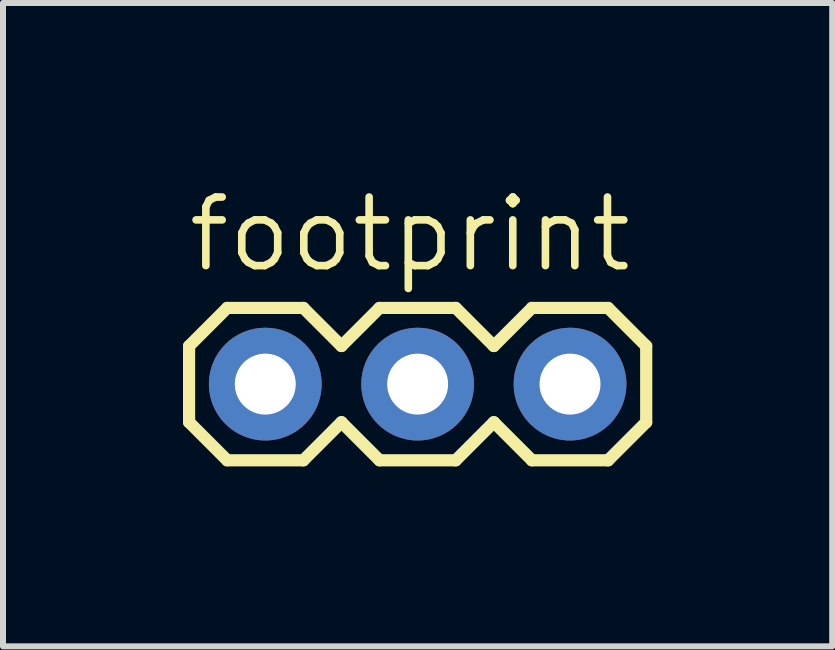
<source format=kicad_pcb>
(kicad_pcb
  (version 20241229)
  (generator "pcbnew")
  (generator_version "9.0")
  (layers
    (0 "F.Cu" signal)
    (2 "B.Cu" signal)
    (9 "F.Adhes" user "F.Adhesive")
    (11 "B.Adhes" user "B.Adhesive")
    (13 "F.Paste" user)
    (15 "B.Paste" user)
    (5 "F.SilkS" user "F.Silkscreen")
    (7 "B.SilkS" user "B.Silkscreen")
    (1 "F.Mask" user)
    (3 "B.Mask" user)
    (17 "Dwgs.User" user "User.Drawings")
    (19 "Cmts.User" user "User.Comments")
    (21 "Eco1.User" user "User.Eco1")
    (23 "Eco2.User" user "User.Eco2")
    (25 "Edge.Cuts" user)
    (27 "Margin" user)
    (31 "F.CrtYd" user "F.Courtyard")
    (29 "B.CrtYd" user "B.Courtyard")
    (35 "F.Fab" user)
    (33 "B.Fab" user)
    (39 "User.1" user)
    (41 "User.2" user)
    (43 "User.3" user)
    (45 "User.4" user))
  (footprint "footprint"
    (layer "F.Cu")
    (at 1.372 3.353)
    (property "Reference" "footprint" (at -1.346 -1.829 0) (layer "F.SilkS") (effects (font (size 1.143 1.143) (thickness 0.127)) (justify left bottom)))
    (fp_line (start -1.27 -0.635) (end -1.27 0.635) (stroke (width 0.203) (type solid)) (layer "F.SilkS"))
    (fp_line (start -1.27 0.635) (end -0.635 1.27) (stroke (width 0.203) (type solid)) (layer "F.SilkS"))
    (fp_line (start -0.635 -1.27) (end -1.27 -0.635) (stroke (width 0.203) (type solid)) (layer "F.SilkS"))
    (fp_line (start -0.635 -1.27) (end 0.635 -1.27) (stroke (width 0.203) (type solid)) (layer "F.SilkS"))
    (fp_line (start 0.635 -1.27) (end 1.27 -0.635) (stroke (width 0.203) (type solid)) (layer "F.SilkS"))
    (fp_line (start 0.635 1.27) (end -0.635 1.27) (stroke (width 0.203) (type solid)) (layer "F.SilkS"))
    (fp_line (start 1.27 -0.635) (end 1.905 -1.27) (stroke (width 0.203) (type solid)) (layer "F.SilkS"))
    (fp_line (start 1.27 0.635) (end 0.635 1.27) (stroke (width 0.203) (type solid)) (layer "F.SilkS"))
    (fp_line (start 1.905 -1.27) (end 3.175 -1.27) (stroke (width 0.203) (type solid)) (layer "F.SilkS"))
    (fp_line (start 1.905 1.27) (end 1.27 0.635) (stroke (width 0.203) (type solid)) (layer "F.SilkS"))
    (fp_line (start 3.175 -1.27) (end 3.81 -0.635) (stroke (width 0.203) (type solid)) (layer "F.SilkS"))
    (fp_line (start 3.175 1.27) (end 1.905 1.27) (stroke (width 0.203) (type solid)) (layer "F.SilkS"))
    (fp_line (start 3.81 -0.635) (end 4.445 -1.27) (stroke (width 0.203) (type solid)) (layer "F.SilkS"))
    (fp_line (start 3.81 0.635) (end 3.175 1.27) (stroke (width 0.203) (type solid)) (layer "F.SilkS"))
    (fp_line (start 4.445 -1.27) (end 5.715 -1.27) (stroke (width 0.203) (type solid)) (layer "F.SilkS"))
    (fp_line (start 4.445 1.27) (end 3.81 0.635) (stroke (width 0.203) (type solid)) (layer "F.SilkS"))
    (fp_line (start 5.715 -1.27) (end 6.35 -0.635) (stroke (width 0.203) (type solid)) (layer "F.SilkS"))
    (fp_line (start 5.715 1.27) (end 4.445 1.27) (stroke (width 0.203) (type solid)) (layer "F.SilkS"))
    (fp_line (start 6.35 -0.635) (end 6.35 0.635) (stroke (width 0.203) (type solid)) (layer "F.SilkS"))
    (fp_line (start 6.35 0.635) (end 5.715 1.27) (stroke (width 0.203) (type solid)) (layer "F.SilkS"))
    (fp_poly (pts (xy -0.254 0.254) (xy 0.254 0.254) (xy 0.254 -0.254) (xy -0.254 -0.254)) (stroke (width 0.1) (type solid)) (fill no) (layer "F.Fab"))
    (fp_poly (pts (xy 2.286 0.254) (xy 2.794 0.254) (xy 2.794 -0.254) (xy 2.286 -0.254)) (stroke (width 0.1) (type solid)) (fill no) (layer "F.Fab"))
    (fp_poly (pts (xy 4.826 0.254) (xy 5.334 0.254) (xy 5.334 -0.254) (xy 4.826 -0.254)) (stroke (width 0.1) (type solid)) (fill no) (layer "F.Fab"))
    (pad "1" thru_hole circle (at 0 0 90) (size 1.88 1.88) (drill 1.016) (layers "*.Cu" "*.Mask"))
    (pad "2" thru_hole circle (at 2.54 0 90) (size 1.88 1.88) (drill 1.016) (layers "*.Cu" "*.Mask"))
    (pad "3" thru_hole circle (at 5.08 0 90) (size 1.88 1.88) (drill 1.016) (layers "*.Cu" "*.Mask")))
  (gr_rect
    (start -3 -3)
    (end 10.823 7.724)
    (stroke (width 0.1) (type default))
    (fill no)
    (layer "Edge.Cuts")))
</source>
